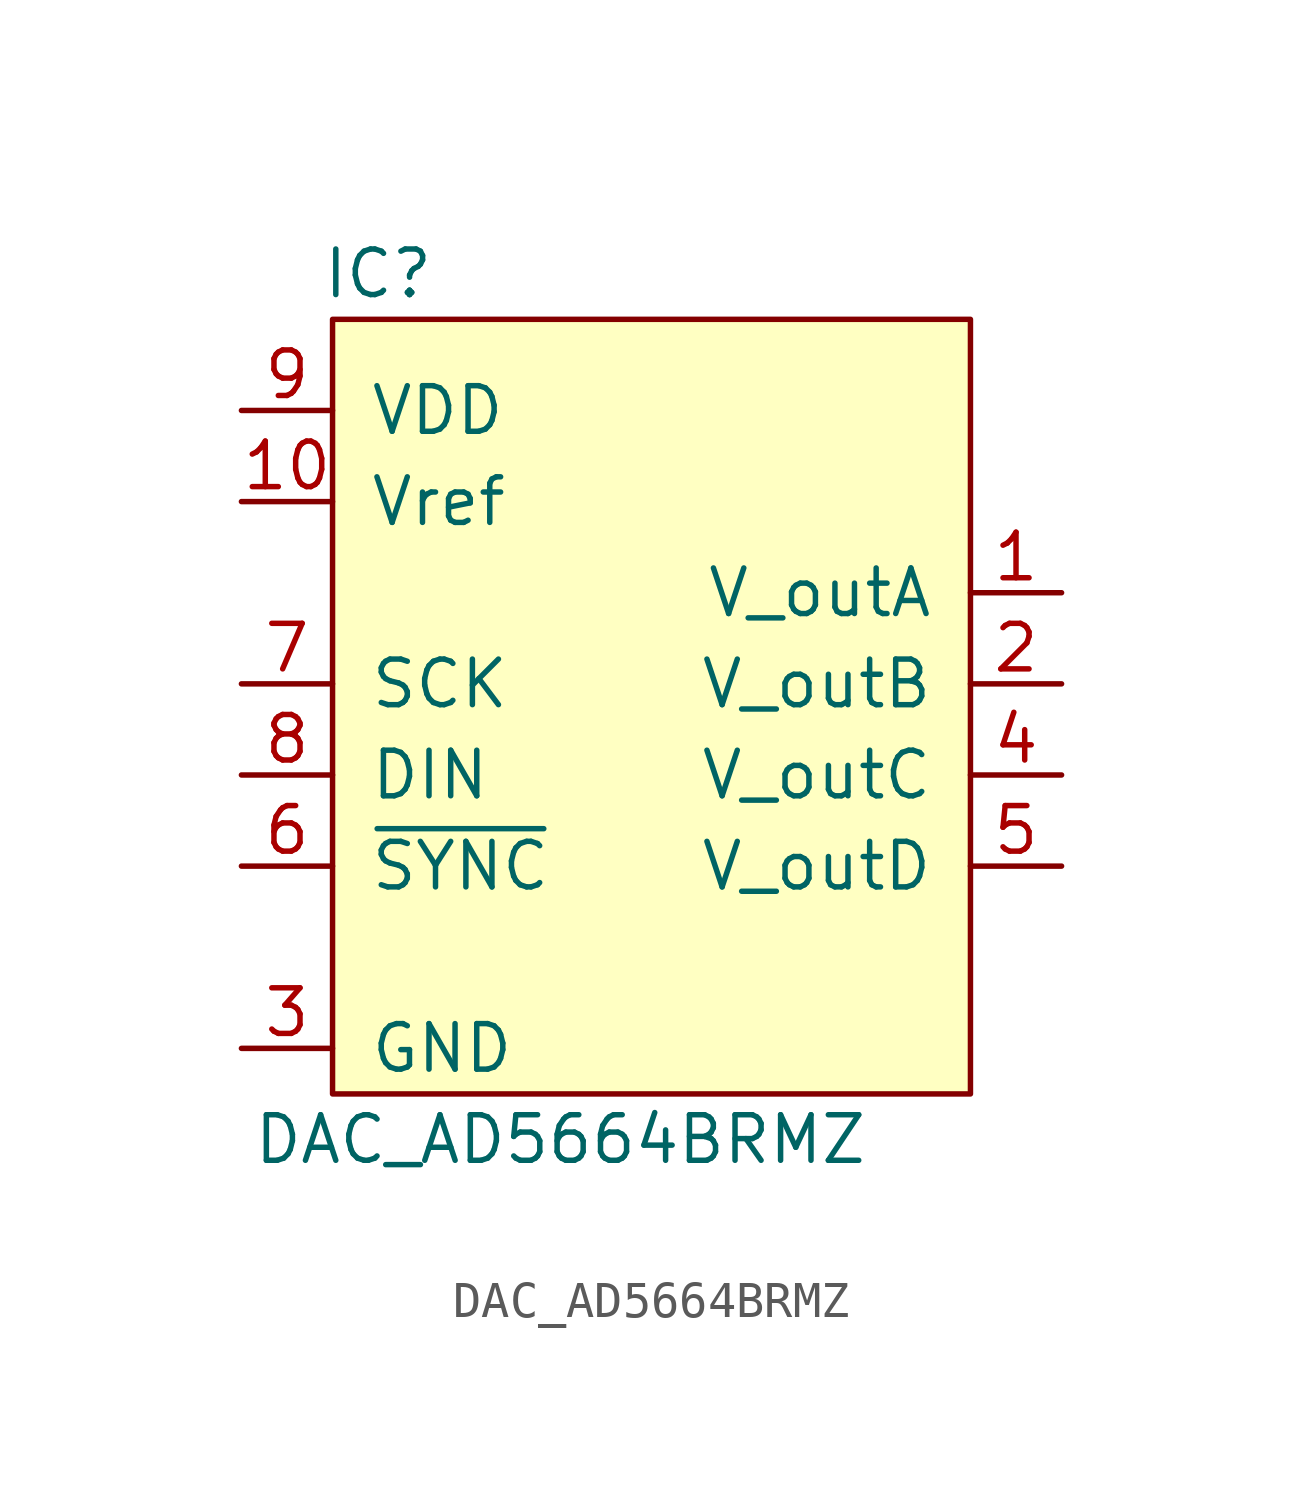
<source format=kicad_sym>
(kicad_symbol_lib
  (version 20220914)
  (generator kicad_symbol_editor)
  (symbol "DAC_AD5664BRMZ"
    (pin_names
      (offset 1.016))
    (property "Reference" "IC"
      (at -7.62 13.97 0)
      (effects (font (size 1.27 1.27))))
    (property "Value" "DAC_AD5664BRMZ"
      (at -2.54 -10.16 0)
      (effects (font (size 1.27 1.27))))
    (symbol "DAC_AD5664BRMZ_0_1"
      (rectangle (start -8.89 12.7) (end 8.89 -8.89) (stroke (width 0) (type default)) (fill (type background))))
    (symbol "DAC_AD5664BRMZ_1_1"
      (pin output line (at 11.43 5.08 180) (length 2.54) (name "V_outA" (effects (font (size 1.27 1.27)))) (number "1" (effects (font (size 1.27 1.27)))))
      (pin passive line (at -11.43 7.62 0) (length 2.54) (name "Vref" (effects (font (size 1.27 1.27)))) (number "10" (effects (font (size 1.27 1.27)))))
      (pin output line (at 11.43 2.54 180) (length 2.54) (name "V_outB" (effects (font (size 1.27 1.27)))) (number "2" (effects (font (size 1.27 1.27)))))
      (pin power_in line (at -11.43 -7.62 0) (length 2.54) (name "GND" (effects (font (size 1.27 1.27)))) (number "3" (effects (font (size 1.27 1.27)))))
      (pin output line (at 11.43 0 180) (length 2.54) (name "V_outC" (effects (font (size 1.27 1.27)))) (number "4" (effects (font (size 1.27 1.27)))))
      (pin output line (at 11.43 -2.54 180) (length 2.54) (name "V_outD" (effects (font (size 1.27 1.27)))) (number "5" (effects (font (size 1.27 1.27)))))
      (pin input line (at -11.43 -2.54 0) (length 2.54) (name "~{SYNC}" (effects (font (size 1.27 1.27)))) (number "6" (effects (font (size 1.27 1.27)))))
      (pin input line (at -11.43 2.54 0) (length 2.54) (name "SCK" (effects (font (size 1.27 1.27)))) (number "7" (effects (font (size 1.27 1.27)))))
      (pin input line (at -11.43 0 0) (length 2.54) (name "DIN" (effects (font (size 1.27 1.27)))) (number "8" (effects (font (size 1.27 1.27)))))
      (pin power_in line (at -11.43 10.16 0) (length 2.54) (name "VDD" (effects (font (size 1.27 1.27)))) (number "9" (effects (font (size 1.27 1.27))))))))
</source>
